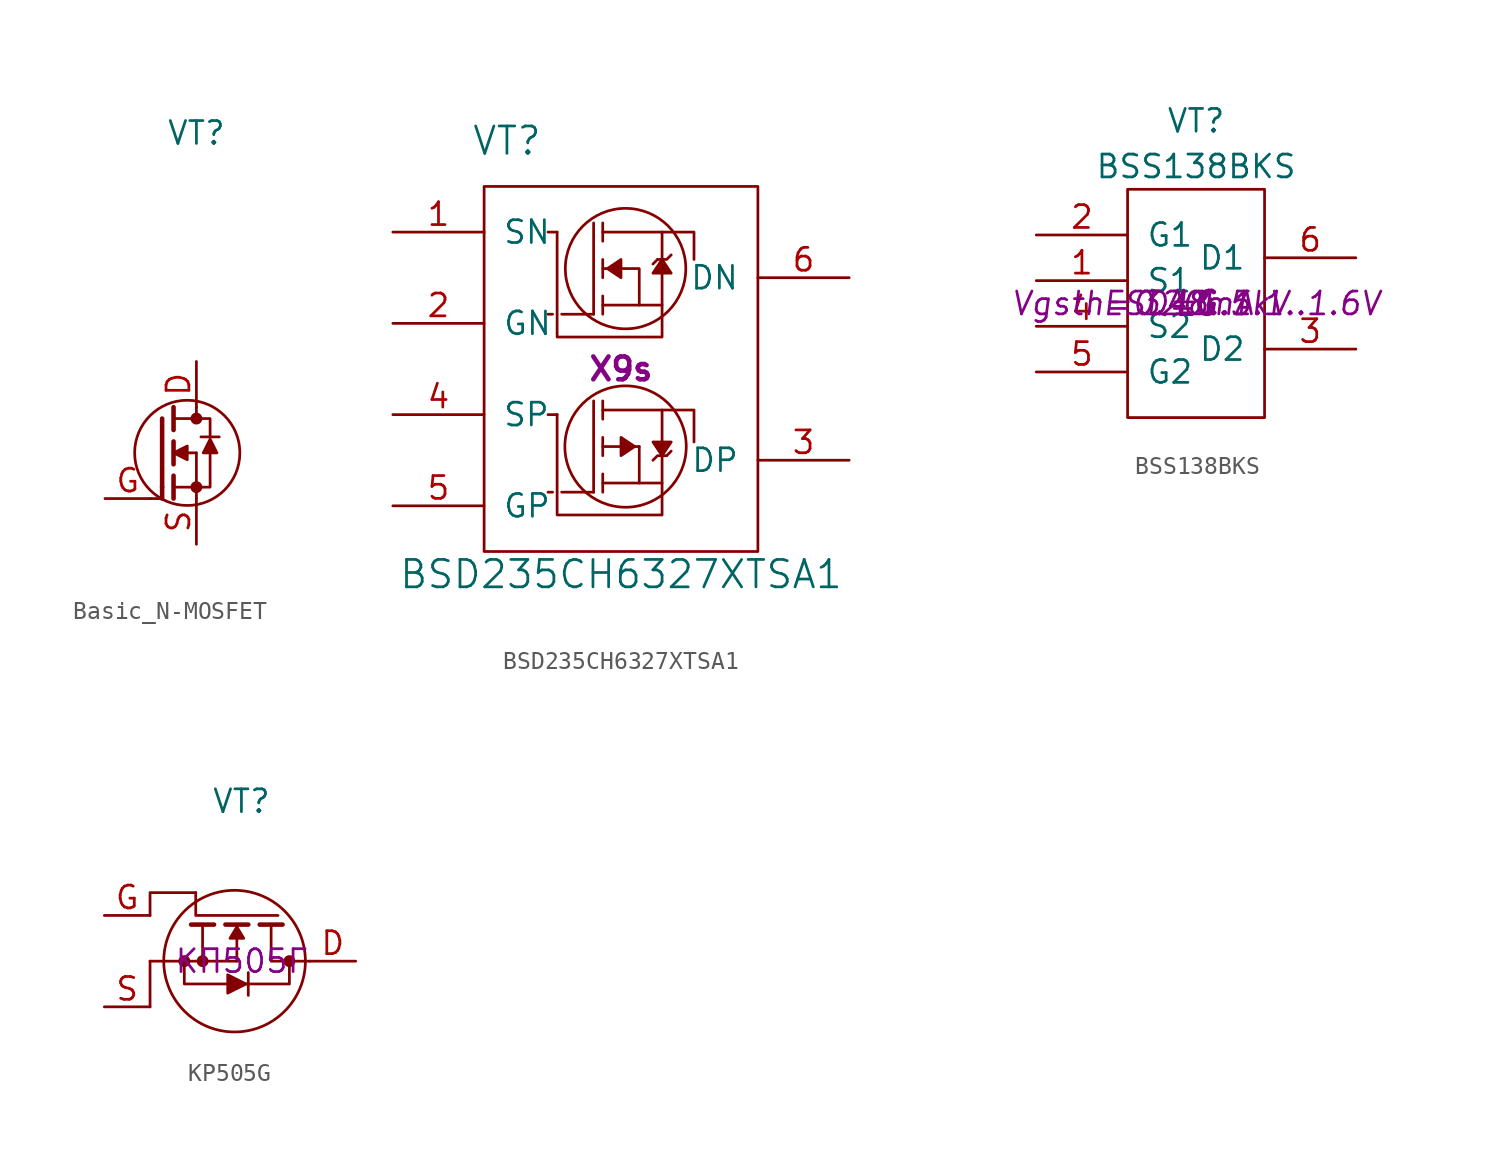
<source format=kicad_sym>
(kicad_symbol_lib
  (version 20211014)
  (generator kicad_symbol_editor)
  (symbol "Basic_N-MOSFET"
    (pin_names
      (offset 1.016) hide)
    (property "Reference" "VT"
      (at 0 17.78 0)
      (effects (font (size 1.27 1.27))))
    (symbol "Basic_N-MOSFET_0_1"
      (circle (center -0.508 0) (radius 2.924) (stroke (width 0) (type default) (color 0 0 0 0)) (fill (type none)))
      (circle (center 0 -1.905) (radius 0.254) (stroke (width 0) (type default) (color 0 0 0 0)) (fill (type outline)))
      (polyline (pts (xy -1.905 -2.54) (xy -2.54 -2.54)) (stroke (width 0) (type default) (color 0 0 0 0)) (fill (type none)))
      (polyline (pts (xy -1.905 -2.54) (xy -1.905 -1.905)) (stroke (width 0.254) (type default) (color 0 0 0 0)) (fill (type none)))
      (polyline (pts (xy -1.905 1.905) (xy -1.905 -1.905)) (stroke (width 0.254) (type default) (color 0 0 0 0)) (fill (type none)))
      (polyline (pts (xy -1.27 -1.905) (xy 0 -1.905)) (stroke (width 0) (type default) (color 0 0 0 0)) (fill (type none)))
      (polyline (pts (xy -1.27 -1.27) (xy -1.27 -2.54)) (stroke (width 0.254) (type default) (color 0 0 0 0)) (fill (type none)))
      (polyline (pts (xy -1.27 0.635) (xy -1.27 -0.635)) (stroke (width 0.254) (type default) (color 0 0 0 0)) (fill (type none)))
      (polyline (pts (xy -1.27 1.27) (xy -1.27 2.54)) (stroke (width 0.254) (type default) (color 0 0 0 0)) (fill (type none)))
      (polyline (pts (xy -1.27 1.905) (xy 0 1.905)) (stroke (width 0) (type default) (color 0 0 0 0)) (fill (type none)))
      (polyline (pts (xy 0 -2.54) (xy 0 -1.905)) (stroke (width 0) (type default) (color 0 0 0 0)) (fill (type none)))
      (polyline (pts (xy 0 0) (xy -1.27 0)) (stroke (width 0) (type default) (color 0 0 0 0)) (fill (type none)))
      (polyline (pts (xy 0 0) (xy 0 -1.905)) (stroke (width 0) (type default) (color 0 0 0 0)) (fill (type none)))
      (polyline (pts (xy 0 2.54) (xy 0 1.905)) (stroke (width 0) (type default) (color 0 0 0 0)) (fill (type none)))
      (polyline (pts (xy 0.254 0.889) (xy 1.27 0.889)) (stroke (width 0) (type default) (color 0 0 0 0)) (fill (type none)))
      (polyline (pts (xy 0 -1.905) (xy 0.762 -1.905) (xy 0.762 0)) (stroke (width 0) (type default) (color 0 0 0 0)) (fill (type none)))
      (polyline (pts (xy 0.762 0.889) (xy 0.762 1.905) (xy 0 1.905)) (stroke (width 0) (type default) (color 0 0 0 0)) (fill (type none)))
      (polyline (pts (xy -1.27 0) (xy -0.508 0.381) (xy -0.508 -0.381) (xy -1.27 0)) (stroke (width 0) (type default) (color 0 0 0 0)) (fill (type outline)))
      (polyline (pts (xy 0.762 0.762) (xy 1.143 0) (xy 0.381 0) (xy 0.762 0.762)) (stroke (width 0) (type default) (color 0 0 0 0)) (fill (type outline)))
      (circle (center 0 1.905) (radius 0.254) (stroke (width 0) (type default) (color 0 0 0 0)) (fill (type outline))))
    (symbol "Basic_N-MOSFET_1_1"
      (pin passive line (at 0 5.08 270) (length 2.54) (name "~" (effects (font (size 1.27 1.27)))) (number "D" (effects (font (size 1.27 1.27)))))
      (pin passive line (at -5.08 -2.54 0) (length 2.54) (name "~" (effects (font (size 1.27 1.27)))) (number "G" (effects (font (size 1.27 1.27)))))
      (pin passive line (at 0 -5.08 90) (length 2.54) (name "~" (effects (font (size 1.27 1.27)))) (number "S" (effects (font (size 1.27 1.27)))))))
  (symbol "BSD235CH6327XTSA1"
    (pin_names
      (offset 1.016))
    (property "Reference" "VT"
      (at -6.35 12.7 0)
      (effects (font (size 1.524 1.524))))
    (property "Value" "BSD235CH6327XTSA1"
      (at 0 -11.43 0)
      (effects (font (size 1.524 1.524))))
    (property "Mark" "X9s"
      (at 0 0 0)
      (effects (font (size 1.27 1.27) bold)))
    (symbol "BSD235CH6327XTSA1_0_0"
      (polyline (pts (xy -4.064 -6.858) (xy -3.81 -6.858)) (stroke (width 0) (type default) (color 0 0 0 0)) (fill (type none)))
      (polyline (pts (xy -4.064 -2.54) (xy -3.556 -2.54)) (stroke (width 0) (type default) (color 0 0 0 0)) (fill (type none)))
      (polyline (pts (xy -4.064 3.048) (xy -3.81 3.048)) (stroke (width 0) (type default) (color 0 0 0 0)) (fill (type none)))
      (polyline (pts (xy -4.064 7.62) (xy -3.556 7.62)) (stroke (width 0) (type default) (color 0 0 0 0)) (fill (type none)))
      (polyline (pts (xy -1.524 -6.858) (xy -3.302 -6.858)) (stroke (width 0) (type default) (color 0 0 0 0)) (fill (type none)))
      (polyline (pts (xy -1.524 3.048) (xy -3.302 3.048)) (stroke (width 0) (type default) (color 0 0 0 0)) (fill (type none)))
      (polyline (pts (xy 2.286 -2.286) (xy 4.064 -2.286) (xy 4.064 -4.064)) (stroke (width 0) (type default) (color 0 0 0 0)) (fill (type none)))
      (polyline (pts (xy 2.286 7.62) (xy 4.064 7.62) (xy 4.064 6.096)) (stroke (width 0) (type default) (color 0 0 0 0)) (fill (type none)))
      (polyline (pts (xy -3.556 -2.54) (xy -3.556 -8.128) (xy 2.286 -8.128) (xy 2.286 -6.35)) (stroke (width 0) (type default) (color 0 0 0 0)) (fill (type none)))
      (polyline (pts (xy -3.556 7.62) (xy -3.556 1.778) (xy 2.286 1.778) (xy 2.286 3.556)) (stroke (width 0) (type default) (color 0 0 0 0)) (fill (type none))))
    (symbol "BSD235CH6327XTSA1_0_1"
      (rectangle (start -7.62 10.16) (end 7.62 -10.16) (stroke (width 0) (type default) (color 0 0 0 0)) (fill (type none)))
      (polyline (pts (xy -1.524 -1.778) (xy -1.524 -6.858)) (stroke (width 0) (type default) (color 0 0 0 0)) (fill (type none)))
      (polyline (pts (xy -1.524 8.128) (xy -1.524 3.048)) (stroke (width 0) (type default) (color 0 0 0 0)) (fill (type none)))
      (polyline (pts (xy -1.016 -5.842) (xy -1.016 -6.858)) (stroke (width 0) (type default) (color 0 0 0 0)) (fill (type none)))
      (polyline (pts (xy -1.016 -3.81) (xy -1.016 -4.826)) (stroke (width 0) (type default) (color 0 0 0 0)) (fill (type none)))
      (polyline (pts (xy -1.016 -2.794) (xy -1.016 -1.778)) (stroke (width 0) (type default) (color 0 0 0 0)) (fill (type none)))
      (polyline (pts (xy -1.016 4.064) (xy -1.016 3.048)) (stroke (width 0) (type default) (color 0 0 0 0)) (fill (type none)))
      (polyline (pts (xy -1.016 6.096) (xy -1.016 5.08)) (stroke (width 0) (type default) (color 0 0 0 0)) (fill (type none)))
      (polyline (pts (xy -1.016 7.62) (xy 2.286 7.62)) (stroke (width 0) (type default) (color 0 0 0 0)) (fill (type none)))
      (polyline (pts (xy -1.016 8.128) (xy -1.016 7.112)) (stroke (width 0) (type default) (color 0 0 0 0)) (fill (type none)))
      (polyline (pts (xy 1.016 -4.318) (xy -1.016 -4.318)) (stroke (width 0) (type default) (color 0 0 0 0)) (fill (type none)))
      (polyline (pts (xy 2.032 6.096) (xy 1.778 5.842)) (stroke (width 0) (type default) (color 0 0 0 0)) (fill (type none)))
      (polyline (pts (xy 2.286 7.62) (xy 2.286 6.096)) (stroke (width 0) (type default) (color 0 0 0 0)) (fill (type none)))
      (polyline (pts (xy 2.54 -4.826) (xy 2.794 -4.572)) (stroke (width 0) (type default) (color 0 0 0 0)) (fill (type none)))
      (polyline (pts (xy -1.016 -6.35) (xy 1.016 -6.35) (xy 1.016 -4.318)) (stroke (width 0) (type default) (color 0 0 0 0)) (fill (type none)))
      (polyline (pts (xy 1.016 3.556) (xy 2.286 3.556) (xy 2.286 5.334)) (stroke (width 0) (type default) (color 0 0 0 0)) (fill (type none)))
      (polyline (pts (xy 2.032 6.096) (xy 2.54 6.096) (xy 2.794 6.35)) (stroke (width 0) (type default) (color 0 0 0 0)) (fill (type none)))
      (polyline (pts (xy 2.54 -4.826) (xy 2.032 -4.826) (xy 1.778 -5.08)) (stroke (width 0) (type default) (color 0 0 0 0)) (fill (type none)))
      (polyline (pts (xy -1.016 -2.286) (xy 2.286 -2.286) (xy 2.286 -6.35) (xy 1.016 -6.35)) (stroke (width 0) (type default) (color 0 0 0 0)) (fill (type none)))
      (polyline (pts (xy -1.016 5.588) (xy 1.016 5.588) (xy 1.016 3.556) (xy -1.016 3.556)) (stroke (width 0) (type default) (color 0 0 0 0)) (fill (type none)))
      (polyline (pts (xy -0.762 5.588) (xy 0 6.096) (xy 0 5.08) (xy -0.762 5.588)) (stroke (width 0) (type default) (color 0 0 0 0)) (fill (type outline)))
      (polyline (pts (xy 0.762 -4.318) (xy 0 -3.81) (xy 0 -4.826) (xy 0.762 -4.318)) (stroke (width 0) (type default) (color 0 0 0 0)) (fill (type outline)))
      (polyline (pts (xy 1.778 -4.064) (xy 2.794 -4.064) (xy 2.286 -4.826) (xy 1.778 -4.064)) (stroke (width 0) (type default) (color 0 0 0 0)) (fill (type outline)))
      (polyline (pts (xy 1.778 5.334) (xy 2.794 5.334) (xy 2.286 6.096) (xy 1.778 5.334)) (stroke (width 0) (type default) (color 0 0 0 0)) (fill (type outline)))
      (circle (center 0.254 -4.318) (radius 3.378) (stroke (width 0) (type default) (color 0 0 0 0)) (fill (type none)))
      (circle (center 0.254 5.588) (radius 3.353) (stroke (width 0) (type default) (color 0 0 0 0)) (fill (type none))))
    (symbol "BSD235CH6327XTSA1_1_1"
      (pin passive line (at -12.7 7.62 0) (length 5.08) (name "SN" (effects (font (size 1.27 1.27)))) (number "1" (effects (font (size 1.27 1.27)))))
      (pin passive line (at -12.7 2.54 0) (length 5.08) (name "GN" (effects (font (size 1.27 1.27)))) (number "2" (effects (font (size 1.27 1.27)))))
      (pin passive line (at 12.7 -5.08 180) (length 5.08) (name "DP" (effects (font (size 1.27 1.27)))) (number "3" (effects (font (size 1.27 1.27)))))
      (pin passive line (at -12.7 -2.54 0) (length 5.08) (name "SP" (effects (font (size 1.27 1.27)))) (number "4" (effects (font (size 1.27 1.27)))))
      (pin passive line (at -12.7 -7.62 0) (length 5.08) (name "GP" (effects (font (size 1.27 1.27)))) (number "5" (effects (font (size 1.27 1.27)))))
      (pin passive line (at 12.7 5.08 180) (length 5.08) (name "DN" (effects (font (size 1.27 1.27)))) (number "6" (effects (font (size 1.27 1.27)))))))
  (symbol "BSS138BKS"
    (pin_names
      (offset 1.016))
    (property "Reference" "VT"
      (at 0 10.16 0)
      (effects (font (size 1.27 1.27))))
    (property "Value" "BSS138BKS"
      (at 0 7.62 0)
      (effects (font (size 1.27 1.27))))
    (property "Mark" "LG"
      (at 0 0 0)
      (effects (font (size 1.27 1.27) bold italic)))
    (property "ESD" "ESD=1.5kV"
      (at 0 0 0)
      (effects (font (size 1.27 1.27) italic)))
    (property "Id" "320mA"
      (at 0 0 0)
      (effects (font (size 1.27 1.27) italic)))
    (property "Vgsth" "Vgsth=0.48..1.1..1.6V"
      (at 0 0 0)
      (effects (font (size 1.27 1.27) italic)))
    (symbol "BSS138BKS_0_1"
      (rectangle (start -3.81 6.35) (end 3.81 -6.35) (stroke (width 0) (type default) (color 0 0 0 0)) (fill (type none))))
    (symbol "BSS138BKS_1_1"
      (pin passive line (at -8.89 1.27 0) (length 5.08) (name "S1" (effects (font (size 1.27 1.27)))) (number "1" (effects (font (size 1.27 1.27)))))
      (pin passive line (at -8.89 3.81 0) (length 5.08) (name "G1" (effects (font (size 1.27 1.27)))) (number "2" (effects (font (size 1.27 1.27)))))
      (pin passive line (at 8.89 -2.54 180) (length 5.08) (name "D2" (effects (font (size 1.27 1.27)))) (number "3" (effects (font (size 1.27 1.27)))))
      (pin passive line (at -8.89 -1.27 0) (length 5.08) (name "S2" (effects (font (size 1.27 1.27)))) (number "4" (effects (font (size 1.27 1.27)))))
      (pin passive line (at -8.89 -3.81 0) (length 5.08) (name "G2" (effects (font (size 1.27 1.27)))) (number "5" (effects (font (size 1.27 1.27)))))
      (pin passive line (at 8.89 2.54 180) (length 5.08) (name "D1" (effects (font (size 1.27 1.27)))) (number "6" (effects (font (size 1.27 1.27)))))))
  (symbol "KP505G"
    (pin_names
      (offset 1.016) hide)
    (property "Reference" "VT"
      (at 0 8.89 0)
      (effects (font (size 1.27 1.27))))
    (property "p/n" "КП505Г"
      (at 0 0 0)
      (effects (font (size 1.27 1.27))))
    (symbol "KP505G_0_1"
      (circle (center -3.175 0) (radius 0.254) (stroke (width 0) (type default) (color 0 0 0 0)) (fill (type outline)))
      (circle (center -2.159 0) (radius 0.254) (stroke (width 0) (type default) (color 0 0 0 0)) (fill (type outline)))
      (circle (center -0.381 0) (radius 3.937) (stroke (width 0) (type default) (color 0 0 0 0)) (fill (type none)))
      (polyline (pts (xy -5.08 0) (xy -5.08 -2.54)) (stroke (width 0) (type default) (color 0 0 0 0)) (fill (type none)))
      (polyline (pts (xy -2.794 2.032) (xy -1.524 2.032)) (stroke (width 0.254) (type default) (color 0 0 0 0)) (fill (type none)))
      (polyline (pts (xy -2.159 2.032) (xy -2.159 0)) (stroke (width 0) (type default) (color 0 0 0 0)) (fill (type none)))
      (polyline (pts (xy -0.889 2.032) (xy 0.381 2.032)) (stroke (width 0.254) (type default) (color 0 0 0 0)) (fill (type none)))
      (polyline (pts (xy -0.254 0) (xy -5.08 0)) (stroke (width 0) (type default) (color 0 0 0 0)) (fill (type none)))
      (polyline (pts (xy -0.254 2.032) (xy -0.254 0)) (stroke (width 0) (type default) (color 0 0 0 0)) (fill (type none)))
      (polyline (pts (xy 0.381 -0.635) (xy 0.381 -1.905)) (stroke (width 0) (type default) (color 0 0 0 0)) (fill (type none)))
      (polyline (pts (xy 1.016 2.032) (xy 2.286 2.032)) (stroke (width 0.254) (type default) (color 0 0 0 0)) (fill (type none)))
      (polyline (pts (xy -2.54 3.81) (xy -5.08 3.81) (xy -5.08 2.54)) (stroke (width 0) (type default) (color 0 0 0 0)) (fill (type none)))
      (polyline (pts (xy -2.54 3.81) (xy -2.54 2.54) (xy 2.032 2.54)) (stroke (width 0) (type default) (color 0 0 0 0)) (fill (type none)))
      (polyline (pts (xy 1.651 2.032) (xy 1.651 0) (xy 3.81 0)) (stroke (width 0) (type default) (color 0 0 0 0)) (fill (type none)))
      (polyline (pts (xy -0.254 1.905) (xy -0.635 1.27) (xy 0.127 1.27) (xy -0.254 1.905)) (stroke (width 0) (type default) (color 0 0 0 0)) (fill (type outline)))
      (polyline (pts (xy 0.254 -1.27) (xy -0.762 -0.762) (xy -0.762 -1.778) (xy 0.254 -1.27)) (stroke (width 0) (type default) (color 0 0 0 0)) (fill (type outline)))
      (polyline (pts (xy 2.667 0) (xy 2.667 -1.27) (xy -3.175 -1.27) (xy -3.175 0)) (stroke (width 0) (type default) (color 0 0 0 0)) (fill (type none)))
      (circle (center 2.667 0) (radius 0.254) (stroke (width 0) (type default) (color 0 0 0 0)) (fill (type outline))))
    (symbol "KP505G_1_1"
      (pin passive line (at 6.35 0 180) (length 2.54) (name "D" (effects (font (size 1.27 1.27)))) (number "D" (effects (font (size 1.27 1.27)))))
      (pin passive line (at -7.62 2.54 0) (length 2.54) (name "G" (effects (font (size 1.27 1.27)))) (number "G" (effects (font (size 1.27 1.27)))))
      (pin passive line (at -7.62 -2.54 0) (length 2.54) (name "S" (effects (font (size 1.27 1.27)))) (number "S" (effects (font (size 1.27 1.27))))))))
</source>
